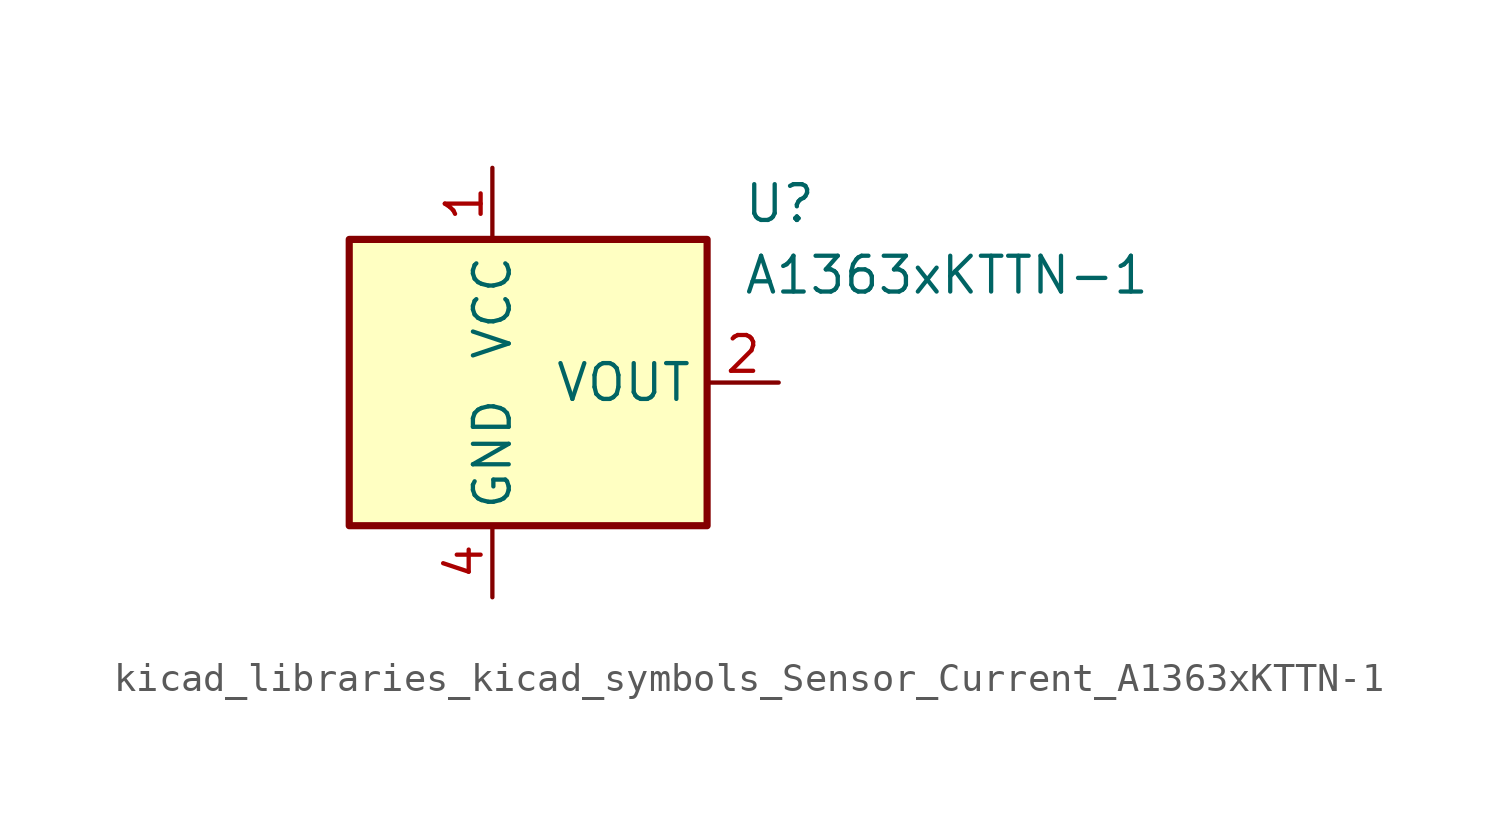
<source format=kicad_sym>
(kicad_symbol_lib
  (version 20220914)
  (generator kicad_symbol_editor)
  (symbol "kicad_libraries_kicad_symbols_Sensor_Current_A1363xKTTN-1"
    (property "Reference" "U"
      (at 8.89 6.35 0)
      (effects (font (size 1.27 1.27)) (justify left)))
    (property "Value" "A1363xKTTN-1"
      (at 8.89 3.81 0)
      (effects (font (size 1.27 1.27)) (justify left)))
    (symbol "kicad_libraries_kicad_symbols_Sensor_Current_A1363xKTTN-1_0_1"
      (rectangle (start -5.08 5.08) (end 7.62 -5.08) (stroke (width 0.254) (type default)) (fill (type background))))
    (symbol "kicad_libraries_kicad_symbols_Sensor_Current_A1363xKTTN-1_1_1"
      (pin power_in line (at 0 7.62 270) (length 2.54) (name "VCC" (effects (font (size 1.27 1.27)))) (number "1" (effects (font (size 1.27 1.27)))))
      (pin output line (at 10.16 0 180) (length 2.54) (name "VOUT" (effects (font (size 1.27 1.27)))) (number "2" (effects (font (size 1.27 1.27)))))
      (pin no_connect line (at 7.62 -2.54 180) (length 2.54) hide (name "NC" (effects (font (size 1.27 1.27)))) (number "3" (effects (font (size 1.27 1.27)))))
      (pin power_in line (at 0 -7.62 90) (length 2.54) (name "GND" (effects (font (size 1.27 1.27)))) (number "4" (effects (font (size 1.27 1.27))))))))
</source>
